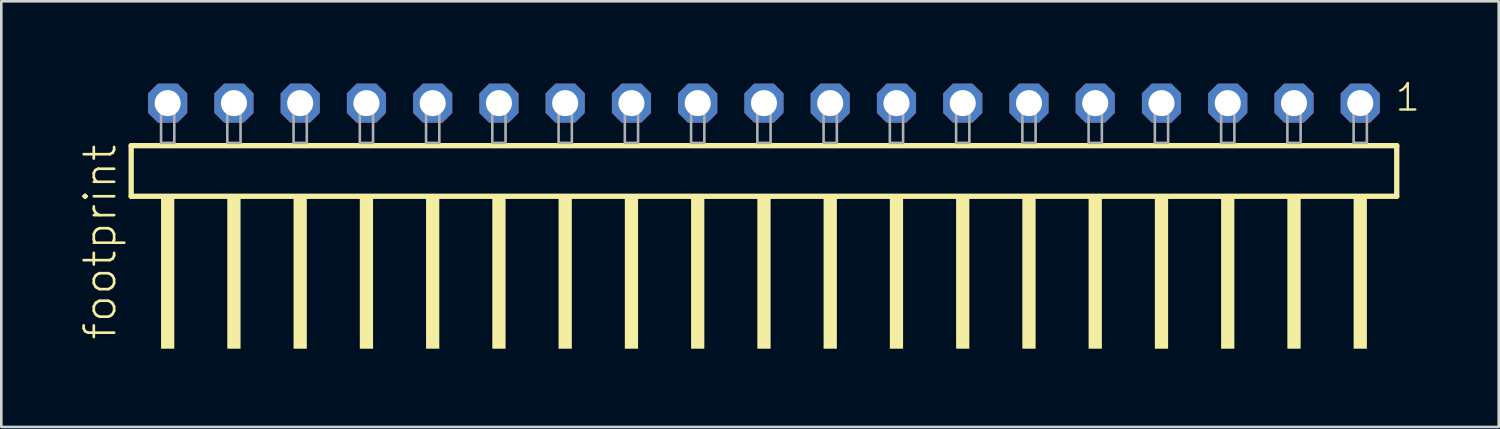
<source format=kicad_pcb>
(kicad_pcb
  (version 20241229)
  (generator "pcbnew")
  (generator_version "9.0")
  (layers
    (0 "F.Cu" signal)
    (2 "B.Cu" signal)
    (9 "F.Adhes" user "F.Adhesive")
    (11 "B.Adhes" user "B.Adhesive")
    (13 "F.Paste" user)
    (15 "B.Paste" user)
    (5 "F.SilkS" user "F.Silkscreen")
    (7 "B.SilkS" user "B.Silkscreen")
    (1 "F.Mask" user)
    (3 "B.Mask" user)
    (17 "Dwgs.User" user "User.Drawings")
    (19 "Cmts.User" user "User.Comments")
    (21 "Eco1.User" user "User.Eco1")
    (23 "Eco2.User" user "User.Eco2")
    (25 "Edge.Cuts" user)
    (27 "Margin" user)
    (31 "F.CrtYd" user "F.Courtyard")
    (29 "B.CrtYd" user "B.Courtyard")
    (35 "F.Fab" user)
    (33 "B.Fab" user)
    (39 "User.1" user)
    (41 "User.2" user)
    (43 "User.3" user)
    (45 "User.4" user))
  (footprint "footprint"
    (layer "F.Cu")
    (at 26.238 2.428)
    (property "Reference" "footprint" (at -24.765 7.62 90) (layer "F.SilkS") (effects (font (size 1.168 1.168) (thickness 0.102)) (justify left bottom)))
    (fp_line (start -24.259 0.106) (end -24.259 2.046) (stroke (width 0.203) (type solid)) (layer "F.SilkS"))
    (fp_line (start -24.259 2.046) (end 24.259 2.046) (stroke (width 0.203) (type solid)) (layer "F.SilkS"))
    (fp_line (start 24.259 0.106) (end -24.259 0.106) (stroke (width 0.203) (type solid)) (layer "F.SilkS"))
    (fp_line (start 24.259 2.046) (end 24.259 0.106) (stroke (width 0.203) (type solid)) (layer "F.SilkS"))
    (fp_poly (pts (xy -23.114 7.89) (xy -22.606 7.89) (xy -22.606 2.04) (xy -23.114 2.04)) (stroke (width 0) (type solid)) (fill yes) (layer "F.SilkS"))
    (fp_poly (pts (xy -20.574 7.89) (xy -20.066 7.89) (xy -20.066 2.04) (xy -20.574 2.04)) (stroke (width 0) (type solid)) (fill yes) (layer "F.SilkS"))
    (fp_poly (pts (xy -18.034 7.89) (xy -17.526 7.89) (xy -17.526 2.04) (xy -18.034 2.04)) (stroke (width 0) (type solid)) (fill yes) (layer "F.SilkS"))
    (fp_poly (pts (xy -15.494 7.89) (xy -14.986 7.89) (xy -14.986 2.04) (xy -15.494 2.04)) (stroke (width 0) (type solid)) (fill yes) (layer "F.SilkS"))
    (fp_poly (pts (xy -12.954 7.89) (xy -12.446 7.89) (xy -12.446 2.04) (xy -12.954 2.04)) (stroke (width 0) (type solid)) (fill yes) (layer "F.SilkS"))
    (fp_poly (pts (xy -10.414 7.89) (xy -9.906 7.89) (xy -9.906 2.04) (xy -10.414 2.04)) (stroke (width 0) (type solid)) (fill yes) (layer "F.SilkS"))
    (fp_poly (pts (xy -7.874 7.89) (xy -7.366 7.89) (xy -7.366 2.04) (xy -7.874 2.04)) (stroke (width 0) (type solid)) (fill yes) (layer "F.SilkS"))
    (fp_poly (pts (xy -5.334 7.89) (xy -4.826 7.89) (xy -4.826 2.04) (xy -5.334 2.04)) (stroke (width 0) (type solid)) (fill yes) (layer "F.SilkS"))
    (fp_poly (pts (xy -2.794 7.89) (xy -2.286 7.89) (xy -2.286 2.04) (xy -2.794 2.04)) (stroke (width 0) (type solid)) (fill yes) (layer "F.SilkS"))
    (fp_poly (pts (xy -0.254 7.89) (xy 0.254 7.89) (xy 0.254 2.04) (xy -0.254 2.04)) (stroke (width 0) (type solid)) (fill yes) (layer "F.SilkS"))
    (fp_poly (pts (xy 2.286 7.89) (xy 2.794 7.89) (xy 2.794 2.04) (xy 2.286 2.04)) (stroke (width 0) (type solid)) (fill yes) (layer "F.SilkS"))
    (fp_poly (pts (xy 4.826 7.89) (xy 5.334 7.89) (xy 5.334 2.04) (xy 4.826 2.04)) (stroke (width 0) (type solid)) (fill yes) (layer "F.SilkS"))
    (fp_poly (pts (xy 7.366 7.89) (xy 7.874 7.89) (xy 7.874 2.04) (xy 7.366 2.04)) (stroke (width 0) (type solid)) (fill yes) (layer "F.SilkS"))
    (fp_poly (pts (xy 9.906 7.89) (xy 10.414 7.89) (xy 10.414 2.04) (xy 9.906 2.04)) (stroke (width 0) (type solid)) (fill yes) (layer "F.SilkS"))
    (fp_poly (pts (xy 12.446 7.89) (xy 12.954 7.89) (xy 12.954 2.04) (xy 12.446 2.04)) (stroke (width 0) (type solid)) (fill yes) (layer "F.SilkS"))
    (fp_poly (pts (xy 14.986 7.89) (xy 15.494 7.89) (xy 15.494 2.04) (xy 14.986 2.04)) (stroke (width 0) (type solid)) (fill yes) (layer "F.SilkS"))
    (fp_poly (pts (xy 17.526 7.89) (xy 18.034 7.89) (xy 18.034 2.04) (xy 17.526 2.04)) (stroke (width 0) (type solid)) (fill yes) (layer "F.SilkS"))
    (fp_poly (pts (xy 20.066 7.89) (xy 20.574 7.89) (xy 20.574 2.04) (xy 20.066 2.04)) (stroke (width 0) (type solid)) (fill yes) (layer "F.SilkS"))
    (fp_poly (pts (xy 22.606 7.89) (xy 23.114 7.89) (xy 23.114 2.04) (xy 22.606 2.04)) (stroke (width 0) (type solid)) (fill yes) (layer "F.SilkS"))
    (fp_poly (pts (xy -23.114 0) (xy -22.606 0) (xy -22.606 -1.778) (xy -23.114 -1.778)) (stroke (width 0.1) (type solid)) (fill no) (layer "F.Fab"))
    (fp_poly (pts (xy -20.574 0) (xy -20.066 0) (xy -20.066 -1.778) (xy -20.574 -1.778)) (stroke (width 0.1) (type solid)) (fill no) (layer "F.Fab"))
    (fp_poly (pts (xy -18.034 0) (xy -17.526 0) (xy -17.526 -1.778) (xy -18.034 -1.778)) (stroke (width 0.1) (type solid)) (fill no) (layer "F.Fab"))
    (fp_poly (pts (xy -15.494 0) (xy -14.986 0) (xy -14.986 -1.778) (xy -15.494 -1.778)) (stroke (width 0.1) (type solid)) (fill no) (layer "F.Fab"))
    (fp_poly (pts (xy -12.954 0) (xy -12.446 0) (xy -12.446 -1.778) (xy -12.954 -1.778)) (stroke (width 0.1) (type solid)) (fill no) (layer "F.Fab"))
    (fp_poly (pts (xy -10.414 0) (xy -9.906 0) (xy -9.906 -1.778) (xy -10.414 -1.778)) (stroke (width 0.1) (type solid)) (fill no) (layer "F.Fab"))
    (fp_poly (pts (xy -7.874 0) (xy -7.366 0) (xy -7.366 -1.778) (xy -7.874 -1.778)) (stroke (width 0.1) (type solid)) (fill no) (layer "F.Fab"))
    (fp_poly (pts (xy -5.334 0) (xy -4.826 0) (xy -4.826 -1.778) (xy -5.334 -1.778)) (stroke (width 0.1) (type solid)) (fill no) (layer "F.Fab"))
    (fp_poly (pts (xy -2.794 0) (xy -2.286 0) (xy -2.286 -1.778) (xy -2.794 -1.778)) (stroke (width 0.1) (type solid)) (fill no) (layer "F.Fab"))
    (fp_poly (pts (xy -0.254 0) (xy 0.254 0) (xy 0.254 -1.778) (xy -0.254 -1.778)) (stroke (width 0.1) (type solid)) (fill no) (layer "F.Fab"))
    (fp_poly (pts (xy 2.286 0) (xy 2.794 0) (xy 2.794 -1.778) (xy 2.286 -1.778)) (stroke (width 0.1) (type solid)) (fill no) (layer "F.Fab"))
    (fp_poly (pts (xy 4.826 0) (xy 5.334 0) (xy 5.334 -1.778) (xy 4.826 -1.778)) (stroke (width 0.1) (type solid)) (fill no) (layer "F.Fab"))
    (fp_poly (pts (xy 7.366 0) (xy 7.874 0) (xy 7.874 -1.778) (xy 7.366 -1.778)) (stroke (width 0.1) (type solid)) (fill no) (layer "F.Fab"))
    (fp_poly (pts (xy 9.906 0) (xy 10.414 0) (xy 10.414 -1.778) (xy 9.906 -1.778)) (stroke (width 0.1) (type solid)) (fill no) (layer "F.Fab"))
    (fp_poly (pts (xy 12.446 0) (xy 12.954 0) (xy 12.954 -1.778) (xy 12.446 -1.778)) (stroke (width 0.1) (type solid)) (fill no) (layer "F.Fab"))
    (fp_poly (pts (xy 14.986 0) (xy 15.494 0) (xy 15.494 -1.778) (xy 14.986 -1.778)) (stroke (width 0.1) (type solid)) (fill no) (layer "F.Fab"))
    (fp_poly (pts (xy 17.526 0) (xy 18.034 0) (xy 18.034 -1.778) (xy 17.526 -1.778)) (stroke (width 0.1) (type solid)) (fill no) (layer "F.Fab"))
    (fp_poly (pts (xy 20.066 0) (xy 20.574 0) (xy 20.574 -1.778) (xy 20.066 -1.778)) (stroke (width 0.1) (type solid)) (fill no) (layer "F.Fab"))
    (fp_poly (pts (xy 22.606 0) (xy 23.114 0) (xy 23.114 -1.778) (xy 22.606 -1.778)) (stroke (width 0.1) (type solid)) (fill no) (layer "F.Fab"))
    (fp_text user "1" (at 24.142 -1.152 0) (layer "F.SilkS") (effects (font (size 1.012 1.012) (thickness 0.088)) (justify left bottom)))
    (pad "1" thru_hole roundrect (at 22.86 -1.524 180) (size 1.5 1.5) (drill 1) (layers "*.Cu" "*.Mask") (roundrect_rratio 0.25) (chamfer_ratio 0.25) (chamfer top_left top_right bottom_left bottom_right))
    (pad "2" thru_hole roundrect (at 20.32 -1.524 180) (size 1.5 1.5) (drill 1) (layers "*.Cu" "*.Mask") (roundrect_rratio 0.25) (chamfer_ratio 0.25) (chamfer top_left top_right bottom_left bottom_right))
    (pad "3" thru_hole roundrect (at 17.78 -1.524 180) (size 1.5 1.5) (drill 1) (layers "*.Cu" "*.Mask") (roundrect_rratio 0.25) (chamfer_ratio 0.25) (chamfer top_left top_right bottom_left bottom_right))
    (pad "4" thru_hole roundrect (at 15.24 -1.524 180) (size 1.5 1.5) (drill 1) (layers "*.Cu" "*.Mask") (roundrect_rratio 0.25) (chamfer_ratio 0.25) (chamfer top_left top_right bottom_left bottom_right))
    (pad "5" thru_hole roundrect (at 12.7 -1.524 180) (size 1.5 1.5) (drill 1) (layers "*.Cu" "*.Mask") (roundrect_rratio 0.25) (chamfer_ratio 0.25) (chamfer top_left top_right bottom_left bottom_right))
    (pad "6" thru_hole roundrect (at 10.16 -1.524 180) (size 1.5 1.5) (drill 1) (layers "*.Cu" "*.Mask") (roundrect_rratio 0.25) (chamfer_ratio 0.25) (chamfer top_left top_right bottom_left bottom_right))
    (pad "7" thru_hole roundrect (at 7.62 -1.524 180) (size 1.5 1.5) (drill 1) (layers "*.Cu" "*.Mask") (roundrect_rratio 0.25) (chamfer_ratio 0.25) (chamfer top_left top_right bottom_left bottom_right))
    (pad "8" thru_hole roundrect (at 5.08 -1.524 180) (size 1.5 1.5) (drill 1) (layers "*.Cu" "*.Mask") (roundrect_rratio 0.25) (chamfer_ratio 0.25) (chamfer top_left top_right bottom_left bottom_right))
    (pad "9" thru_hole roundrect (at 2.54 -1.524 180) (size 1.5 1.5) (drill 1) (layers "*.Cu" "*.Mask") (roundrect_rratio 0.25) (chamfer_ratio 0.25) (chamfer top_left top_right bottom_left bottom_right))
    (pad "10" thru_hole roundrect (at 0 -1.524 180) (size 1.5 1.5) (drill 1) (layers "*.Cu" "*.Mask") (roundrect_rratio 0.25) (chamfer_ratio 0.25) (chamfer top_left top_right bottom_left bottom_right))
    (pad "11" thru_hole roundrect (at -2.54 -1.524 180) (size 1.5 1.5) (drill 1) (layers "*.Cu" "*.Mask") (roundrect_rratio 0.25) (chamfer_ratio 0.25) (chamfer top_left top_right bottom_left bottom_right))
    (pad "12" thru_hole roundrect (at -5.08 -1.524 180) (size 1.5 1.5) (drill 1) (layers "*.Cu" "*.Mask") (roundrect_rratio 0.25) (chamfer_ratio 0.25) (chamfer top_left top_right bottom_left bottom_right))
    (pad "13" thru_hole roundrect (at -7.62 -1.524 180) (size 1.5 1.5) (drill 1) (layers "*.Cu" "*.Mask") (roundrect_rratio 0.25) (chamfer_ratio 0.25) (chamfer top_left top_right bottom_left bottom_right))
    (pad "14" thru_hole roundrect (at -10.16 -1.524 180) (size 1.5 1.5) (drill 1) (layers "*.Cu" "*.Mask") (roundrect_rratio 0.25) (chamfer_ratio 0.25) (chamfer top_left top_right bottom_left bottom_right))
    (pad "15" thru_hole roundrect (at -12.7 -1.524 180) (size 1.5 1.5) (drill 1) (layers "*.Cu" "*.Mask") (roundrect_rratio 0.25) (chamfer_ratio 0.25) (chamfer top_left top_right bottom_left bottom_right))
    (pad "16" thru_hole roundrect (at -15.24 -1.524 180) (size 1.5 1.5) (drill 1) (layers "*.Cu" "*.Mask") (roundrect_rratio 0.25) (chamfer_ratio 0.25) (chamfer top_left top_right bottom_left bottom_right))
    (pad "17" thru_hole roundrect (at -17.78 -1.524 180) (size 1.5 1.5) (drill 1) (layers "*.Cu" "*.Mask") (roundrect_rratio 0.25) (chamfer_ratio 0.25) (chamfer top_left top_right bottom_left bottom_right))
    (pad "18" thru_hole roundrect (at -20.32 -1.524 180) (size 1.5 1.5) (drill 1) (layers "*.Cu" "*.Mask") (roundrect_rratio 0.25) (chamfer_ratio 0.25) (chamfer top_left top_right bottom_left bottom_right))
    (pad "19" thru_hole roundrect (at -22.86 -1.524 180) (size 1.5 1.5) (drill 1) (layers "*.Cu" "*.Mask") (roundrect_rratio 0.25) (chamfer_ratio 0.25) (chamfer top_left top_right bottom_left bottom_right)))
  (gr_rect
    (start -3 -3)
    (end 54.406 13.318)
    (stroke (width 0.1) (type default))
    (fill no)
    (layer "Edge.Cuts")))
</source>
